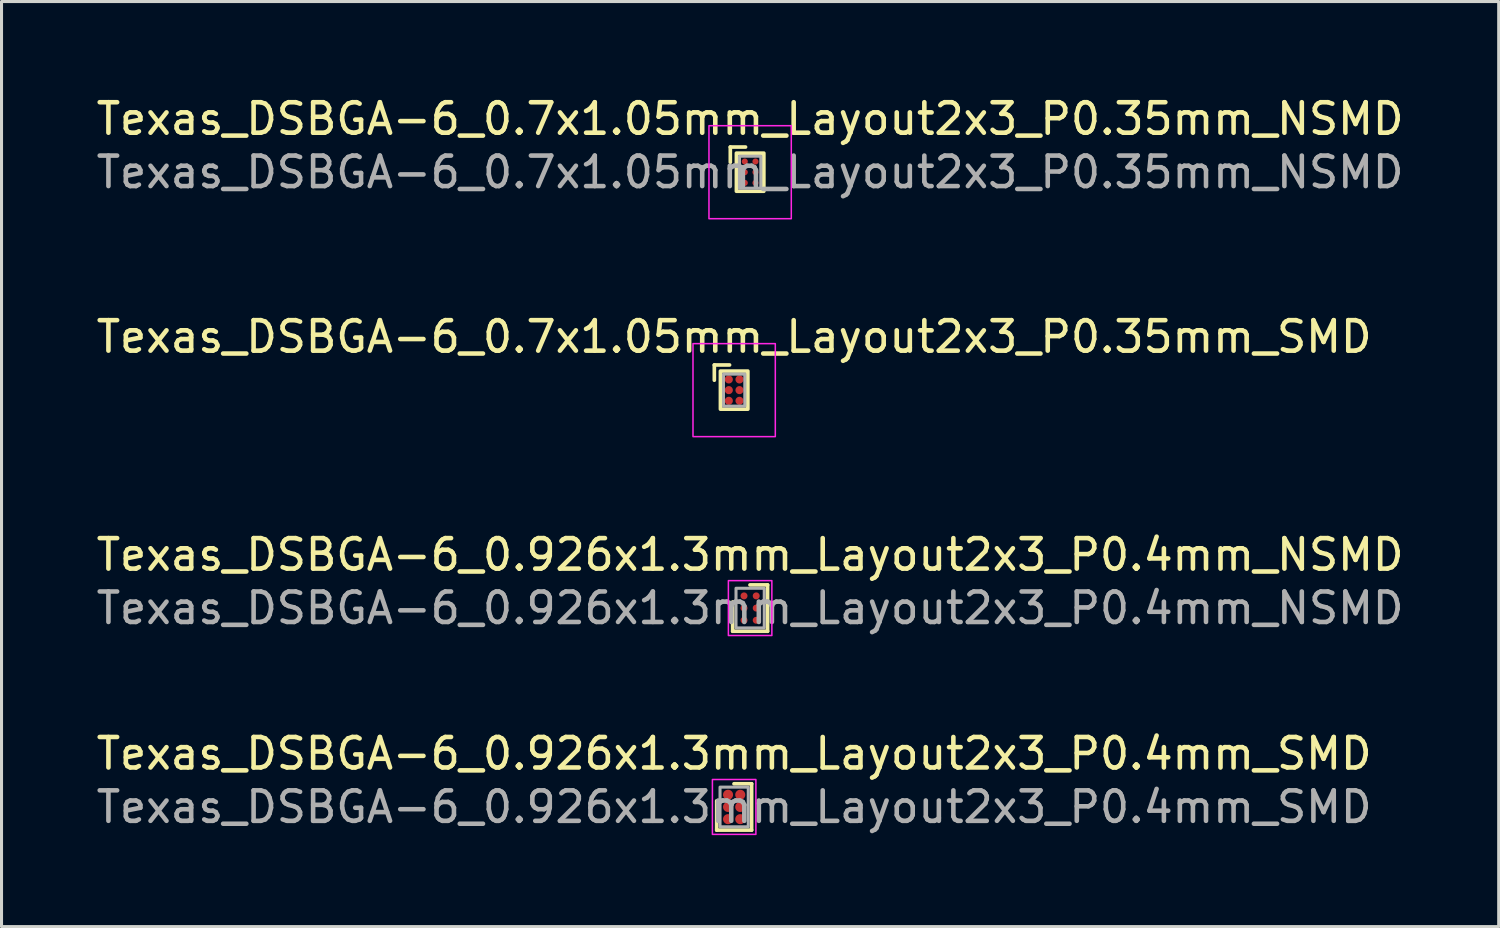
<source format=kicad_pcb>
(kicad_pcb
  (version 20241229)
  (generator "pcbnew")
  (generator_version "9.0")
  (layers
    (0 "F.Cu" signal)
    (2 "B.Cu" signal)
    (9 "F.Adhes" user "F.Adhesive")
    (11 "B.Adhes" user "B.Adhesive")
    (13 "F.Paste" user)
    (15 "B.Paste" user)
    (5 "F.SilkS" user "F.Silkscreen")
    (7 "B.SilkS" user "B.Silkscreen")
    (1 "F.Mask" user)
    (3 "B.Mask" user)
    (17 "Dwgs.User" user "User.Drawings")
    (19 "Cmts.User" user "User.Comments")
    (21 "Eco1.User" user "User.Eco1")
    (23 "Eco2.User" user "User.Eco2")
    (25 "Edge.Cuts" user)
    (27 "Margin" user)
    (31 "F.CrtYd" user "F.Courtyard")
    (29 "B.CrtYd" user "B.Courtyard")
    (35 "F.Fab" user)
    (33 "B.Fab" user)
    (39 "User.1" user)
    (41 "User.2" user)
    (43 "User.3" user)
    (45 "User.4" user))
  (footprint "Texas_DSBGA-6_0.926x1.3mm_Layout2x3_P0.4mm_SMD"
    (layer "F.Cu")
    (at 21.03 23.418)
    (property "Reference" "Texas_DSBGA-6_0.926x1.3mm_Layout2x3_P0.4mm_SMD" (at 0 -1.75 0) (unlocked yes) (layer "F.SilkS") (effects (font (size 1 1) (thickness 0.15))))
    (attr smd)
    (fp_line (start -0.573 0.76) (end -0.573 -0.2) (stroke (width 0.12) (type solid)) (layer "F.SilkS"))
    (fp_line (start -0.005 -0.76) (end 0.573 -0.76) (stroke (width 0.12) (type solid)) (layer "F.SilkS"))
    (fp_line (start 0.573 -0.76) (end 0.573 0.76) (stroke (width 0.12) (type solid)) (layer "F.SilkS"))
    (fp_line (start 0.573 0.76) (end -0.573 0.76) (stroke (width 0.12) (type solid)) (layer "F.SilkS"))
    (fp_rect (start -0.713 -0.9) (end 0.713 0.9) (stroke (width 0.05) (type solid)) (fill no) (layer "F.CrtYd"))
    (fp_rect (start -0.463 -0.65) (end 0.463 0.65) (stroke (width 0.1) (type solid)) (fill no) (layer "F.Fab"))
    (fp_text user "${REFERENCE}" (at 0 0 0) (unlocked yes) (layer "F.Fab") (effects (font (size 1 1) (thickness 0.15))))
    (pad "" smd roundrect (at -0.2 -0.4) (size 0.25 0.25) (layers "F.Paste") (roundrect_rratio 0.238))
    (pad "" smd roundrect (at -0.2 0) (size 0.25 0.25) (layers "F.Paste") (roundrect_rratio 0.238))
    (pad "" smd roundrect (at -0.2 0.4) (size 0.25 0.25) (layers "F.Paste") (roundrect_rratio 0.238))
    (pad "" smd roundrect (at 0.2 -0.4) (size 0.25 0.25) (layers "F.Paste") (roundrect_rratio 0.238))
    (pad "" smd roundrect (at 0.2 0) (size 0.25 0.25) (layers "F.Paste") (roundrect_rratio 0.238))
    (pad "" smd roundrect (at 0.2 0.4) (size 0.25 0.25) (layers "F.Paste") (roundrect_rratio 0.238))
    (pad "A1" smd circle (at -0.2 -0.4) (size 0.33 0.33) (layers "F.Cu" "F.Mask"))
    (pad "A2" smd circle (at 0.2 -0.4) (size 0.33 0.33) (layers "F.Cu" "F.Mask"))
    (pad "B1" smd circle (at -0.2 0) (size 0.33 0.33) (layers "F.Cu" "F.Mask"))
    (pad "B2" smd circle (at 0.2 0) (size 0.33 0.33) (layers "F.Cu" "F.Mask"))
    (pad "C1" smd circle (at -0.2 0.4) (size 0.33 0.33) (layers "F.Cu" "F.Mask"))
    (pad "C2" smd circle (at 0.2 0.4) (size 0.33 0.33) (layers "F.Cu" "F.Mask")))
  (footprint "Texas_DSBGA-6_0.926x1.3mm_Layout2x3_P0.4mm_NSMD"
    (layer "F.Cu")
    (at 21.554 16.895)
    (property "Reference" "Texas_DSBGA-6_0.926x1.3mm_Layout2x3_P0.4mm_NSMD" (at 0 -1.75 0) (unlocked yes) (layer "F.SilkS") (effects (font (size 1 1) (thickness 0.15))))
    (attr smd)
    (fp_line (start -0.573 0.76) (end -0.573 -0.2) (stroke (width 0.12) (type solid)) (layer "F.SilkS"))
    (fp_line (start -0.005 -0.76) (end 0.573 -0.76) (stroke (width 0.12) (type solid)) (layer "F.SilkS"))
    (fp_line (start 0.573 -0.76) (end 0.573 0.76) (stroke (width 0.12) (type solid)) (layer "F.SilkS"))
    (fp_line (start 0.573 0.76) (end -0.573 0.76) (stroke (width 0.12) (type solid)) (layer "F.SilkS"))
    (fp_rect (start -0.713 -0.9) (end 0.713 0.9) (stroke (width 0.05) (type solid)) (fill no) (layer "F.CrtYd"))
    (fp_rect (start -0.463 -0.65) (end 0.463 0.65) (stroke (width 0.1) (type solid)) (fill no) (layer "F.Fab"))
    (fp_text user "${REFERENCE}" (at 0 0 0) (unlocked yes) (layer "F.Fab") (effects (font (size 1 1) (thickness 0.15))))
    (pad "" smd roundrect (at -0.2 -0.4) (size 0.25 0.25) (layers "F.Paste") (roundrect_rratio 0.238))
    (pad "" smd roundrect (at -0.2 0) (size 0.25 0.25) (layers "F.Paste") (roundrect_rratio 0.238))
    (pad "" smd roundrect (at -0.2 0.4) (size 0.25 0.25) (layers "F.Paste") (roundrect_rratio 0.238))
    (pad "" smd roundrect (at 0.2 -0.4) (size 0.25 0.25) (layers "F.Paste") (roundrect_rratio 0.238))
    (pad "" smd roundrect (at 0.2 0) (size 0.25 0.25) (layers "F.Paste") (roundrect_rratio 0.238))
    (pad "" smd roundrect (at 0.2 0.4) (size 0.25 0.25) (layers "F.Paste") (roundrect_rratio 0.238))
    (pad "A1" smd circle (at -0.2 -0.4) (size 0.23 0.23) (layers "F.Cu" "F.Mask"))
    (pad "A2" smd circle (at 0.2 -0.4) (size 0.23 0.23) (layers "F.Cu" "F.Mask"))
    (pad "B1" smd circle (at -0.2 0) (size 0.23 0.23) (layers "F.Cu" "F.Mask"))
    (pad "B2" smd circle (at 0.2 0) (size 0.23 0.23) (layers "F.Cu" "F.Mask"))
    (pad "C1" smd circle (at -0.2 0.4) (size 0.23 0.23) (layers "F.Cu" "F.Mask"))
    (pad "C2" smd circle (at 0.2 0.4) (size 0.23 0.23) (layers "F.Cu" "F.Mask")))
  (footprint "Texas_DSBGA-6_0.7x1.05mm_Layout2x3_P0.35mm_NSMD"
    (layer "F.Cu")
    (at 21.554 2.598)
    (property "Reference" "Texas_DSBGA-6_0.7x1.05mm_Layout2x3_P0.35mm_NSMD" (at 0 -1.75 0) (unlocked yes) (layer "F.SilkS") (effects (font (size 1 1) (thickness 0.15))))
    (attr smd)
    (fp_line (start -0.65 -0.825) (end -0.65 -0.325) (stroke (width 0.12) (type solid)) (layer "F.SilkS"))
    (fp_line (start -0.15 -0.825) (end -0.65 -0.825) (stroke (width 0.12) (type solid)) (layer "F.SilkS"))
    (fp_rect (start 0.45 0.625) (end -0.45 -0.625) (stroke (width 0.12) (type solid)) (fill no) (layer "F.SilkS"))
    (fp_rect (start -1.35 -1.525) (end 1.35 1.525) (stroke (width 0.05) (type solid)) (fill no) (layer "F.CrtYd"))
    (fp_rect (start -0.35 -0.525) (end 0.35 0.525) (stroke (width 0.1) (type solid)) (fill no) (layer "F.Fab"))
    (fp_text user "${REFERENCE}" (at 0 0 0) (unlocked yes) (layer "F.Fab") (effects (font (size 1 1) (thickness 0.15))))
    (pad "" smd roundrect (at -0.175 -0.35) (size 0.21 0.21) (layers "F.Paste") (roundrect_rratio 0.25))
    (pad "" smd roundrect (at -0.175 0) (size 0.21 0.21) (layers "F.Paste") (roundrect_rratio 0.25))
    (pad "" smd roundrect (at -0.175 0.35) (size 0.21 0.21) (layers "F.Paste") (roundrect_rratio 0.25))
    (pad "" smd roundrect (at 0.175 -0.35) (size 0.21 0.21) (layers "F.Paste") (roundrect_rratio 0.25))
    (pad "" smd roundrect (at 0.175 0) (size 0.21 0.21) (layers "F.Paste") (roundrect_rratio 0.25))
    (pad "" smd roundrect (at 0.175 0.35) (size 0.21 0.21) (layers "F.Paste") (roundrect_rratio 0.25))
    (pad "A1" smd circle (at -0.175 -0.35) (size 0.2 0.2) (property pad_prop_bga) (layers "F.Cu" "F.Mask"))
    (pad "A2" smd circle (at 0.175 -0.35) (size 0.2 0.2) (property pad_prop_bga) (layers "F.Cu" "F.Mask"))
    (pad "B1" smd circle (at -0.175 0) (size 0.2 0.2) (property pad_prop_bga) (layers "F.Cu" "F.Mask"))
    (pad "B2" smd circle (at 0.175 0) (size 0.2 0.2) (property pad_prop_bga) (layers "F.Cu" "F.Mask"))
    (pad "C1" smd circle (at -0.175 0.35) (size 0.2 0.2) (property pad_prop_bga) (layers "F.Cu" "F.Mask"))
    (pad "C2" smd circle (at 0.175 0.35) (size 0.2 0.2) (property pad_prop_bga) (layers "F.Cu" "F.Mask")))
  (footprint "Texas_DSBGA-6_0.7x1.05mm_Layout2x3_P0.35mm_SMD"
    (layer "F.Cu")
    (at 21.03 9.746)
    (property "Reference" "Texas_DSBGA-6_0.7x1.05mm_Layout2x3_P0.35mm_SMD" (at 0 -1.75 0) (unlocked yes) (layer "F.SilkS") (effects (font (size 1 1) (thickness 0.15))))
    (attr smd)
    (fp_line (start -0.65 -0.825) (end -0.65 -0.325) (stroke (width 0.12) (type solid)) (layer "F.SilkS"))
    (fp_line (start -0.15 -0.825) (end -0.65 -0.825) (stroke (width 0.12) (type solid)) (layer "F.SilkS"))
    (fp_rect (start 0.45 0.625) (end -0.45 -0.625) (stroke (width 0.12) (type solid)) (fill no) (layer "F.SilkS"))
    (fp_rect (start -1.35 -1.525) (end 1.35 1.525) (stroke (width 0.05) (type solid)) (fill no) (layer "F.CrtYd"))
    (fp_rect (start -0.35 -0.525) (end 0.35 0.525) (stroke (width 0.1) (type solid)) (fill no) (layer "F.Fab"))
    (pad "" smd roundrect (at -0.175 -0.35) (size 0.21 0.21) (layers "F.Paste") (roundrect_rratio 0.25))
    (pad "" smd roundrect (at -0.175 0) (size 0.21 0.21) (layers "F.Paste") (roundrect_rratio 0.25))
    (pad "" smd roundrect (at -0.175 0.35) (size 0.21 0.21) (layers "F.Paste") (roundrect_rratio 0.25))
    (pad "" smd roundrect (at 0.175 -0.35) (size 0.21 0.21) (layers "F.Paste") (roundrect_rratio 0.25))
    (pad "" smd roundrect (at 0.175 0) (size 0.21 0.21) (layers "F.Paste") (roundrect_rratio 0.25))
    (pad "" smd roundrect (at 0.175 0.35) (size 0.21 0.21) (layers "F.Paste") (roundrect_rratio 0.25))
    (pad "A1" smd circle (at -0.175 -0.35) (size 0.265 0.265) (property pad_prop_bga) (layers "F.Cu" "F.Mask"))
    (pad "A2" smd circle (at 0.175 -0.35) (size 0.265 0.265) (property pad_prop_bga) (layers "F.Cu" "F.Mask"))
    (pad "B1" smd circle (at -0.175 0) (size 0.265 0.265) (property pad_prop_bga) (layers "F.Cu" "F.Mask"))
    (pad "B2" smd circle (at 0.175 0) (size 0.265 0.265) (property pad_prop_bga) (layers "F.Cu" "F.Mask"))
    (pad "C1" smd circle (at -0.175 0.35) (size 0.265 0.265) (property pad_prop_bga) (layers "F.Cu" "F.Mask"))
    (pad "C2" smd circle (at 0.175 0.35) (size 0.265 0.265) (property pad_prop_bga) (layers "F.Cu" "F.Mask")))
  (gr_rect
    (start -3 -3)
    (end 46.107 27.343)
    (stroke (width 0.1) (type default))
    (fill no)
    (layer "Edge.Cuts")))
</source>
